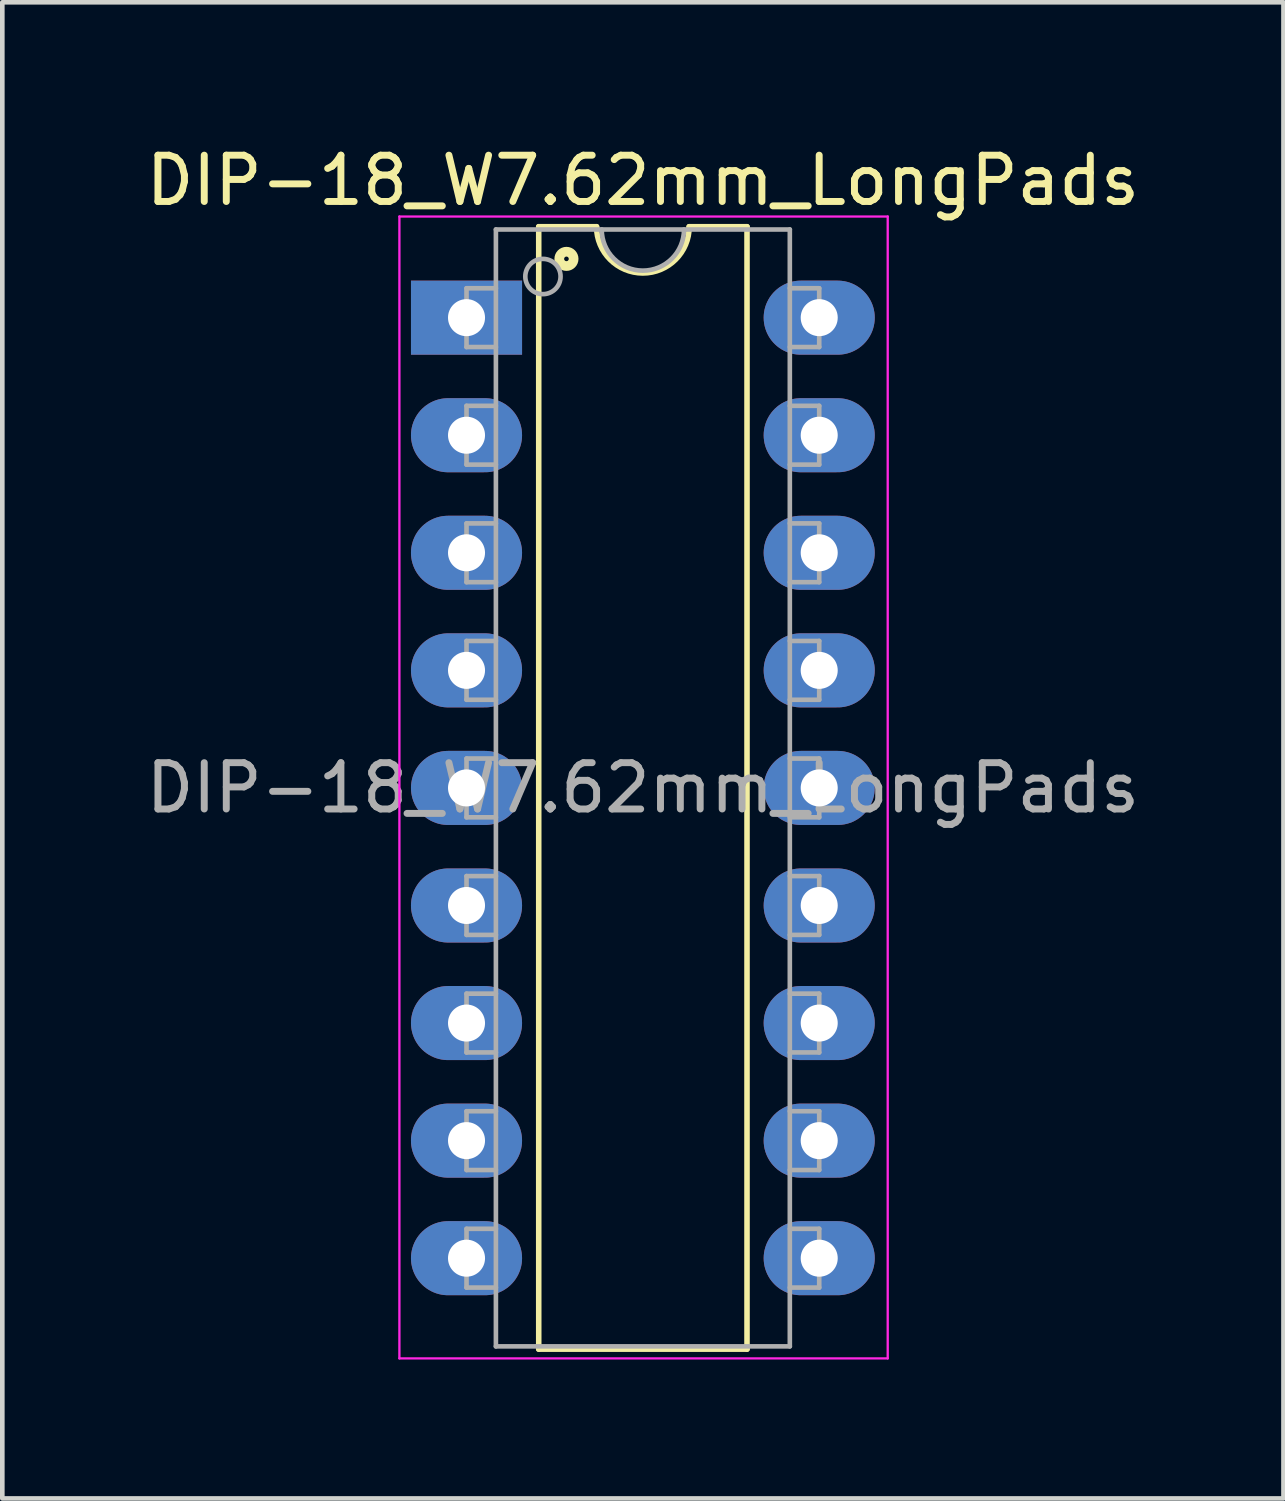
<source format=kicad_pcb>
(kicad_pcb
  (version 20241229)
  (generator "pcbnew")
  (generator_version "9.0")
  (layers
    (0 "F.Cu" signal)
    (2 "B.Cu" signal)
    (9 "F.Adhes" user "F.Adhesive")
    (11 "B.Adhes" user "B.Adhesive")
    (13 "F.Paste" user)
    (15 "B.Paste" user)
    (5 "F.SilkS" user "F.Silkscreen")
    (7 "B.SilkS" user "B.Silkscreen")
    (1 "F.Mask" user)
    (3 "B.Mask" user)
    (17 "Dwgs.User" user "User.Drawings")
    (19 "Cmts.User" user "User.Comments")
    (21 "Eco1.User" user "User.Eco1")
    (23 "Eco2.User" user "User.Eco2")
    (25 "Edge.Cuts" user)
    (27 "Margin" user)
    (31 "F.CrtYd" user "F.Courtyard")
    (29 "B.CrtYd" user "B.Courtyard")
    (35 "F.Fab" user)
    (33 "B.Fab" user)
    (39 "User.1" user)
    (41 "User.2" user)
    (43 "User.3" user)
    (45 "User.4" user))
  (footprint "DIP-18_W7.62mm_LongPads"
    (layer "F.Cu")
    (at 7.029 3.813)
    (property "Reference" "DIP-18_W7.62mm_LongPads" (at 3.81 -2.965 0) (layer "F.SilkS") (effects (font (size 1 1) (thickness 0.15))))
    (attr through_hole)
    (fp_line (start 1.56 -1.965) (end 1.56 22.285) (stroke (width 0.12) (type solid)) (layer "F.SilkS"))
    (fp_line (start 1.56 22.285) (end 6.06 22.285) (stroke (width 0.12) (type solid)) (layer "F.SilkS"))
    (fp_line (start 2.81 -1.965) (end 1.56 -1.965) (stroke (width 0.12) (type solid)) (layer "F.SilkS"))
    (fp_line (start 6.06 -1.965) (end 4.81 -1.965) (stroke (width 0.12) (type solid)) (layer "F.SilkS"))
    (fp_line (start 6.06 22.285) (end 6.06 -1.965) (stroke (width 0.12) (type solid)) (layer "F.SilkS"))
    (fp_arc (start 4.81 -1.965) (mid 3.81 -0.965) (end 2.81 -1.965) (stroke (width 0.12) (type solid)) (layer "F.SilkS"))
    (fp_circle (center 2.159 -1.27) (end 2.209 -1.27) (stroke (width 0.12) (type solid)) (fill no) (layer "F.SilkS"))
    (fp_circle (center 2.159 -1.27) (end 2.284 -1.27) (stroke (width 0.12) (type solid)) (fill no) (layer "F.SilkS"))
    (fp_circle (center 2.159 -1.27) (end 2.359 -1.27) (stroke (width 0.12) (type solid)) (fill no) (layer "F.SilkS"))
    (fp_line (start -1.45 -2.185) (end -1.45 22.485) (stroke (width 0.05) (type solid)) (layer "F.CrtYd"))
    (fp_line (start -1.45 22.485) (end 9.1 22.485) (stroke (width 0.05) (type solid)) (layer "F.CrtYd"))
    (fp_line (start 9.1 -2.185) (end -1.45 -2.185) (stroke (width 0.05) (type solid)) (layer "F.CrtYd"))
    (fp_line (start 9.1 22.485) (end 9.1 -2.185) (stroke (width 0.05) (type solid)) (layer "F.CrtYd"))
    (fp_line (start 0 -0.635) (end 0 0.635) (stroke (width 0.1) (type solid)) (layer "F.Fab"))
    (fp_line (start 0 -0.635) (end 0.635 -0.635) (stroke (width 0.1) (type solid)) (layer "F.Fab"))
    (fp_line (start 0 0.635) (end 0.635 0.635) (stroke (width 0.1) (type solid)) (layer "F.Fab"))
    (fp_line (start 0 1.905) (end 0 3.175) (stroke (width 0.1) (type solid)) (layer "F.Fab"))
    (fp_line (start 0 1.905) (end 0.635 1.905) (stroke (width 0.1) (type solid)) (layer "F.Fab"))
    (fp_line (start 0 3.175) (end 0.635 3.175) (stroke (width 0.1) (type solid)) (layer "F.Fab"))
    (fp_line (start 0 4.445) (end 0 5.715) (stroke (width 0.1) (type solid)) (layer "F.Fab"))
    (fp_line (start 0 4.445) (end 0.635 4.445) (stroke (width 0.1) (type solid)) (layer "F.Fab"))
    (fp_line (start 0 5.715) (end 0.635 5.715) (stroke (width 0.1) (type solid)) (layer "F.Fab"))
    (fp_line (start 0 6.985) (end 0 8.255) (stroke (width 0.1) (type solid)) (layer "F.Fab"))
    (fp_line (start 0 6.985) (end 0.635 6.985) (stroke (width 0.1) (type solid)) (layer "F.Fab"))
    (fp_line (start 0 8.255) (end 0.635 8.255) (stroke (width 0.1) (type solid)) (layer "F.Fab"))
    (fp_line (start 0 9.525) (end 0 10.795) (stroke (width 0.1) (type solid)) (layer "F.Fab"))
    (fp_line (start 0 9.525) (end 0.635 9.525) (stroke (width 0.1) (type solid)) (layer "F.Fab"))
    (fp_line (start 0 10.795) (end 0.635 10.795) (stroke (width 0.1) (type solid)) (layer "F.Fab"))
    (fp_line (start 0 12.065) (end 0 13.335) (stroke (width 0.1) (type solid)) (layer "F.Fab"))
    (fp_line (start 0 12.065) (end 0.635 12.065) (stroke (width 0.1) (type solid)) (layer "F.Fab"))
    (fp_line (start 0 13.335) (end 0.635 13.335) (stroke (width 0.1) (type solid)) (layer "F.Fab"))
    (fp_line (start 0 14.605) (end 0 15.875) (stroke (width 0.1) (type solid)) (layer "F.Fab"))
    (fp_line (start 0 14.605) (end 0.635 14.605) (stroke (width 0.1) (type solid)) (layer "F.Fab"))
    (fp_line (start 0 15.875) (end 0.635 15.875) (stroke (width 0.1) (type solid)) (layer "F.Fab"))
    (fp_line (start 0 17.145) (end 0 18.415) (stroke (width 0.1) (type solid)) (layer "F.Fab"))
    (fp_line (start 0 17.145) (end 0.635 17.145) (stroke (width 0.1) (type solid)) (layer "F.Fab"))
    (fp_line (start 0 18.415) (end 0.635 18.415) (stroke (width 0.1) (type solid)) (layer "F.Fab"))
    (fp_line (start 0 19.685) (end 0 20.955) (stroke (width 0.1) (type solid)) (layer "F.Fab"))
    (fp_line (start 0 19.685) (end 0.635 19.685) (stroke (width 0.1) (type solid)) (layer "F.Fab"))
    (fp_line (start 0 20.955) (end 0.635 20.955) (stroke (width 0.1) (type solid)) (layer "F.Fab"))
    (fp_line (start 0.635 -1.905) (end 6.985 -1.905) (stroke (width 0.1) (type solid)) (layer "F.Fab"))
    (fp_line (start 0.635 22.225) (end 0.635 -1.905) (stroke (width 0.1) (type solid)) (layer "F.Fab"))
    (fp_line (start 6.985 -1.905) (end 6.985 22.225) (stroke (width 0.1) (type solid)) (layer "F.Fab"))
    (fp_line (start 6.985 22.225) (end 0.635 22.225) (stroke (width 0.1) (type solid)) (layer "F.Fab"))
    (fp_line (start 7.62 -0.635) (end 6.985 -0.635) (stroke (width 0.1) (type solid)) (layer "F.Fab"))
    (fp_line (start 7.62 0.635) (end 6.985 0.635) (stroke (width 0.1) (type solid)) (layer "F.Fab"))
    (fp_line (start 7.62 0.635) (end 7.62 -0.635) (stroke (width 0.1) (type solid)) (layer "F.Fab"))
    (fp_line (start 7.62 1.905) (end 6.985 1.905) (stroke (width 0.1) (type solid)) (layer "F.Fab"))
    (fp_line (start 7.62 3.175) (end 6.985 3.175) (stroke (width 0.1) (type solid)) (layer "F.Fab"))
    (fp_line (start 7.62 3.175) (end 7.62 1.905) (stroke (width 0.1) (type solid)) (layer "F.Fab"))
    (fp_line (start 7.62 4.445) (end 6.985 4.445) (stroke (width 0.1) (type solid)) (layer "F.Fab"))
    (fp_line (start 7.62 5.715) (end 6.985 5.715) (stroke (width 0.1) (type solid)) (layer "F.Fab"))
    (fp_line (start 7.62 5.715) (end 7.62 4.445) (stroke (width 0.1) (type solid)) (layer "F.Fab"))
    (fp_line (start 7.62 6.985) (end 6.985 6.985) (stroke (width 0.1) (type solid)) (layer "F.Fab"))
    (fp_line (start 7.62 8.255) (end 6.985 8.255) (stroke (width 0.1) (type solid)) (layer "F.Fab"))
    (fp_line (start 7.62 8.255) (end 7.62 6.985) (stroke (width 0.1) (type solid)) (layer "F.Fab"))
    (fp_line (start 7.62 9.525) (end 6.985 9.525) (stroke (width 0.1) (type solid)) (layer "F.Fab"))
    (fp_line (start 7.62 10.795) (end 6.985 10.795) (stroke (width 0.1) (type solid)) (layer "F.Fab"))
    (fp_line (start 7.62 10.795) (end 7.62 9.525) (stroke (width 0.1) (type solid)) (layer "F.Fab"))
    (fp_line (start 7.62 12.065) (end 6.985 12.065) (stroke (width 0.1) (type solid)) (layer "F.Fab"))
    (fp_line (start 7.62 13.335) (end 6.985 13.335) (stroke (width 0.1) (type solid)) (layer "F.Fab"))
    (fp_line (start 7.62 13.335) (end 7.62 12.065) (stroke (width 0.1) (type solid)) (layer "F.Fab"))
    (fp_line (start 7.62 14.605) (end 6.985 14.605) (stroke (width 0.1) (type solid)) (layer "F.Fab"))
    (fp_line (start 7.62 15.875) (end 6.985 15.875) (stroke (width 0.1) (type solid)) (layer "F.Fab"))
    (fp_line (start 7.62 15.875) (end 7.62 14.605) (stroke (width 0.1) (type solid)) (layer "F.Fab"))
    (fp_line (start 7.62 17.145) (end 6.985 17.145) (stroke (width 0.1) (type solid)) (layer "F.Fab"))
    (fp_line (start 7.62 18.415) (end 6.985 18.415) (stroke (width 0.1) (type solid)) (layer "F.Fab"))
    (fp_line (start 7.62 18.415) (end 7.62 17.145) (stroke (width 0.1) (type solid)) (layer "F.Fab"))
    (fp_line (start 7.62 19.685) (end 6.985 19.685) (stroke (width 0.1) (type solid)) (layer "F.Fab"))
    (fp_line (start 7.62 20.955) (end 6.985 20.955) (stroke (width 0.1) (type solid)) (layer "F.Fab"))
    (fp_line (start 7.62 20.955) (end 7.62 19.685) (stroke (width 0.1) (type solid)) (layer "F.Fab"))
    (fp_arc (start 4.699 -1.905) (mid 3.81 -1.016) (end 2.921 -1.905) (stroke (width 0.1) (type solid)) (layer "F.Fab"))
    (fp_circle (center 1.651 -0.889) (end 2.032 -0.889) (stroke (width 0.1) (type solid)) (fill no) (layer "F.Fab"))
    (fp_text user "${REFERENCE}" (at 3.81 10.16 0) (layer "F.Fab") (effects (font (size 1 1) (thickness 0.15))))
    (pad "1" thru_hole rect (at 0 0) (size 2.4 1.6) (drill 0.8) (layers "*.Cu" "*.Mask"))
    (pad "2" thru_hole oval (at 0 2.54) (size 2.4 1.6) (drill 0.8) (layers "*.Cu" "*.Mask"))
    (pad "3" thru_hole oval (at 0 5.08) (size 2.4 1.6) (drill 0.8) (layers "*.Cu" "*.Mask"))
    (pad "4" thru_hole oval (at 0 7.62) (size 2.4 1.6) (drill 0.8) (layers "*.Cu" "*.Mask"))
    (pad "5" thru_hole oval (at 0 10.16) (size 2.4 1.6) (drill 0.8) (layers "*.Cu" "*.Mask"))
    (pad "6" thru_hole oval (at 0 12.7) (size 2.4 1.6) (drill 0.8) (layers "*.Cu" "*.Mask"))
    (pad "7" thru_hole oval (at 0 15.24) (size 2.4 1.6) (drill 0.8) (layers "*.Cu" "*.Mask"))
    (pad "8" thru_hole oval (at 0 17.78) (size 2.4 1.6) (drill 0.8) (layers "*.Cu" "*.Mask"))
    (pad "9" thru_hole oval (at 0 20.32) (size 2.4 1.6) (drill 0.8) (layers "*.Cu" "*.Mask"))
    (pad "10" thru_hole oval (at 7.62 20.32) (size 2.4 1.6) (drill 0.8) (layers "*.Cu" "*.Mask"))
    (pad "11" thru_hole oval (at 7.62 17.78) (size 2.4 1.6) (drill 0.8) (layers "*.Cu" "*.Mask"))
    (pad "12" thru_hole oval (at 7.62 15.24) (size 2.4 1.6) (drill 0.8) (layers "*.Cu" "*.Mask"))
    (pad "13" thru_hole oval (at 7.62 12.7) (size 2.4 1.6) (drill 0.8) (layers "*.Cu" "*.Mask"))
    (pad "14" thru_hole oval (at 7.62 10.16) (size 2.4 1.6) (drill 0.8) (layers "*.Cu" "*.Mask"))
    (pad "15" thru_hole oval (at 7.62 7.62) (size 2.4 1.6) (drill 0.8) (layers "*.Cu" "*.Mask"))
    (pad "16" thru_hole oval (at 7.62 5.08) (size 2.4 1.6) (drill 0.8) (layers "*.Cu" "*.Mask"))
    (pad "17" thru_hole oval (at 7.62 2.54) (size 2.4 1.6) (drill 0.8) (layers "*.Cu" "*.Mask"))
    (pad "18" thru_hole oval (at 7.62 0) (size 2.4 1.6) (drill 0.8) (layers "*.Cu" "*.Mask")))
  (gr_rect
    (start -3 -3)
    (end 24.679 29.323)
    (stroke (width 0.1) (type default))
    (fill no)
    (layer "Edge.Cuts")))
</source>
